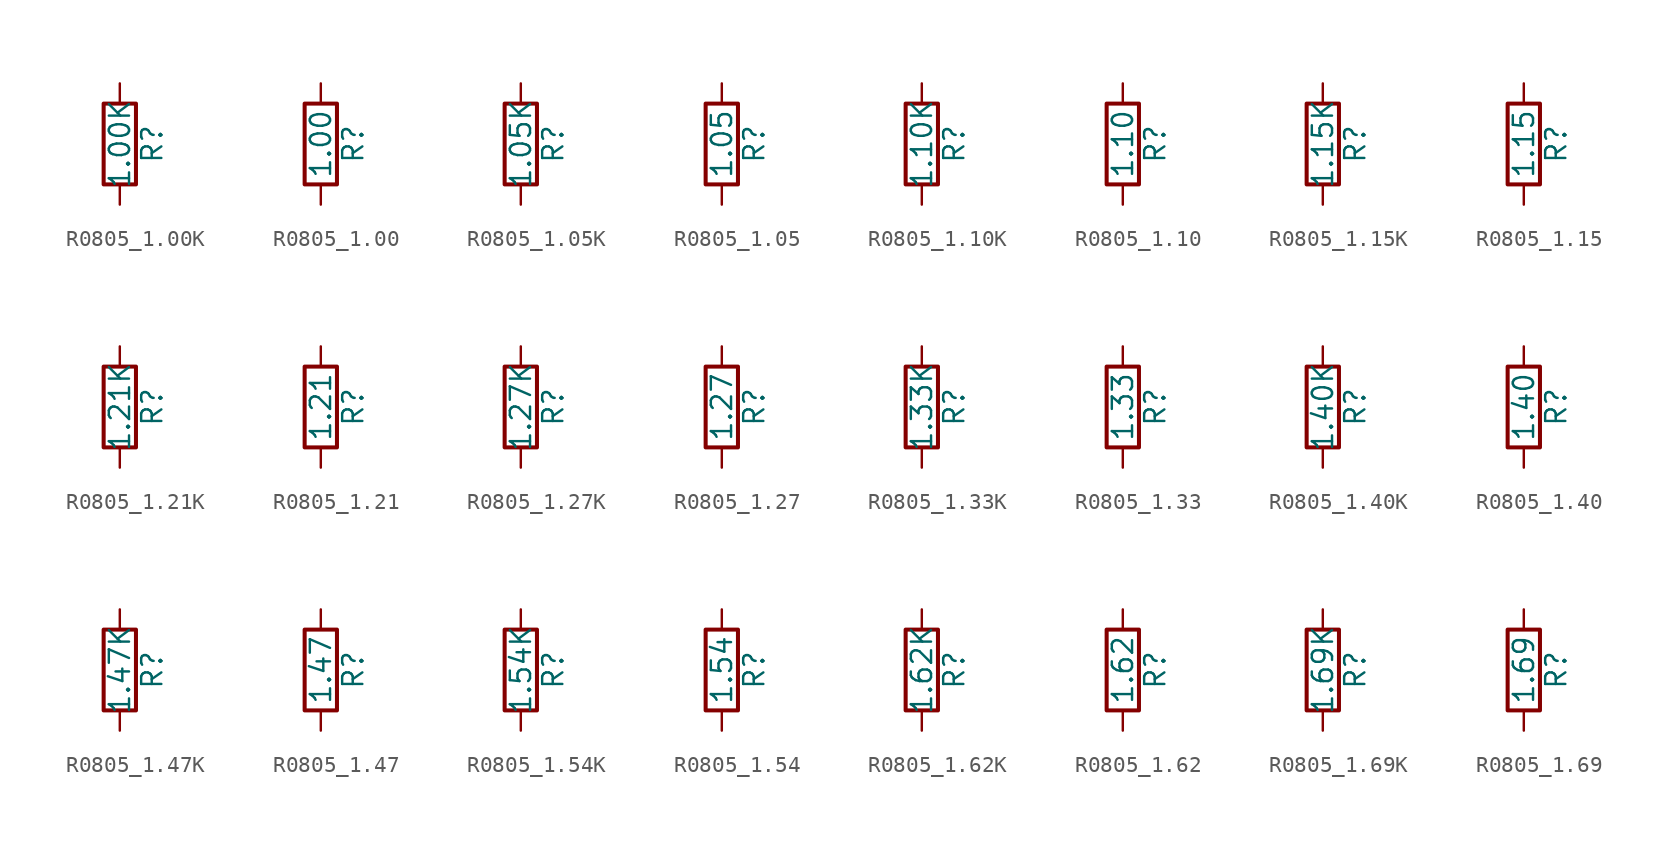
<source format=kicad_sym>
(kicad_symbol_lib
  (version 20211014)
  (generator atlantix-eda)
  (symbol "R0805_1.00K"
    (pin_numbers hide)
    (pin_names
      (offset 0))
    (property "Reference" "R"
      (at 2.032 0 90)
      (effects (font (size 1.27 1.27))))
    (property "Value" "1.00K"
      (at 0 0 90)
      (effects (font (size 1.27 1.27))))
    (symbol "R0805_1.00K_0_1"
      (rectangle (start -1.016 -2.54) (end 1.016 2.54) (stroke (width 0.254) (type default) (color 0 0 0 0)) (fill (type none))))
    (symbol "R0805_1.00K_1_1"
      (pin passive line (at 0 3.81 270) (length 1.27) (name "~" (effects (font (size 1.27 1.27)))) (number "1" (effects (font (size 1.27 1.27)))))
      (pin passive line (at 0 -3.81 90) (length 1.27) (name "~" (effects (font (size 1.27 1.27)))) (number "2" (effects (font (size 1.27 1.27)))))))
  (symbol "R0805_1.00"
    (pin_numbers hide)
    (pin_names
      (offset 0))
    (property "Reference" "R"
      (at 2.032 0 90)
      (effects (font (size 1.27 1.27))))
    (property "Value" "1.00"
      (at 0 0 90)
      (effects (font (size 1.27 1.27))))
    (symbol "R0805_1.00_0_1"
      (rectangle (start -1.016 -2.54) (end 1.016 2.54) (stroke (width 0.254) (type default) (color 0 0 0 0)) (fill (type none))))
    (symbol "R0805_1.00_1_1"
      (pin passive line (at 0 3.81 270) (length 1.27) (name "~" (effects (font (size 1.27 1.27)))) (number "1" (effects (font (size 1.27 1.27)))))
      (pin passive line (at 0 -3.81 90) (length 1.27) (name "~" (effects (font (size 1.27 1.27)))) (number "2" (effects (font (size 1.27 1.27)))))))
  (symbol "R0805_1.05K"
    (pin_numbers hide)
    (pin_names
      (offset 0))
    (property "Reference" "R"
      (at 2.032 0 90)
      (effects (font (size 1.27 1.27))))
    (property "Value" "1.05K"
      (at 0 0 90)
      (effects (font (size 1.27 1.27))))
    (symbol "R0805_1.05K_0_1"
      (rectangle (start -1.016 -2.54) (end 1.016 2.54) (stroke (width 0.254) (type default) (color 0 0 0 0)) (fill (type none))))
    (symbol "R0805_1.05K_1_1"
      (pin passive line (at 0 3.81 270) (length 1.27) (name "~" (effects (font (size 1.27 1.27)))) (number "1" (effects (font (size 1.27 1.27)))))
      (pin passive line (at 0 -3.81 90) (length 1.27) (name "~" (effects (font (size 1.27 1.27)))) (number "2" (effects (font (size 1.27 1.27)))))))
  (symbol "R0805_1.05"
    (pin_numbers hide)
    (pin_names
      (offset 0))
    (property "Reference" "R"
      (at 2.032 0 90)
      (effects (font (size 1.27 1.27))))
    (property "Value" "1.05"
      (at 0 0 90)
      (effects (font (size 1.27 1.27))))
    (symbol "R0805_1.05_0_1"
      (rectangle (start -1.016 -2.54) (end 1.016 2.54) (stroke (width 0.254) (type default) (color 0 0 0 0)) (fill (type none))))
    (symbol "R0805_1.05_1_1"
      (pin passive line (at 0 3.81 270) (length 1.27) (name "~" (effects (font (size 1.27 1.27)))) (number "1" (effects (font (size 1.27 1.27)))))
      (pin passive line (at 0 -3.81 90) (length 1.27) (name "~" (effects (font (size 1.27 1.27)))) (number "2" (effects (font (size 1.27 1.27)))))))
  (symbol "R0805_1.10K"
    (pin_numbers hide)
    (pin_names
      (offset 0))
    (property "Reference" "R"
      (at 2.032 0 90)
      (effects (font (size 1.27 1.27))))
    (property "Value" "1.10K"
      (at 0 0 90)
      (effects (font (size 1.27 1.27))))
    (symbol "R0805_1.10K_0_1"
      (rectangle (start -1.016 -2.54) (end 1.016 2.54) (stroke (width 0.254) (type default) (color 0 0 0 0)) (fill (type none))))
    (symbol "R0805_1.10K_1_1"
      (pin passive line (at 0 3.81 270) (length 1.27) (name "~" (effects (font (size 1.27 1.27)))) (number "1" (effects (font (size 1.27 1.27)))))
      (pin passive line (at 0 -3.81 90) (length 1.27) (name "~" (effects (font (size 1.27 1.27)))) (number "2" (effects (font (size 1.27 1.27)))))))
  (symbol "R0805_1.10"
    (pin_numbers hide)
    (pin_names
      (offset 0))
    (property "Reference" "R"
      (at 2.032 0 90)
      (effects (font (size 1.27 1.27))))
    (property "Value" "1.10"
      (at 0 0 90)
      (effects (font (size 1.27 1.27))))
    (symbol "R0805_1.10_0_1"
      (rectangle (start -1.016 -2.54) (end 1.016 2.54) (stroke (width 0.254) (type default) (color 0 0 0 0)) (fill (type none))))
    (symbol "R0805_1.10_1_1"
      (pin passive line (at 0 3.81 270) (length 1.27) (name "~" (effects (font (size 1.27 1.27)))) (number "1" (effects (font (size 1.27 1.27)))))
      (pin passive line (at 0 -3.81 90) (length 1.27) (name "~" (effects (font (size 1.27 1.27)))) (number "2" (effects (font (size 1.27 1.27)))))))
  (symbol "R0805_1.15K"
    (pin_numbers hide)
    (pin_names
      (offset 0))
    (property "Reference" "R"
      (at 2.032 0 90)
      (effects (font (size 1.27 1.27))))
    (property "Value" "1.15K"
      (at 0 0 90)
      (effects (font (size 1.27 1.27))))
    (symbol "R0805_1.15K_0_1"
      (rectangle (start -1.016 -2.54) (end 1.016 2.54) (stroke (width 0.254) (type default) (color 0 0 0 0)) (fill (type none))))
    (symbol "R0805_1.15K_1_1"
      (pin passive line (at 0 3.81 270) (length 1.27) (name "~" (effects (font (size 1.27 1.27)))) (number "1" (effects (font (size 1.27 1.27)))))
      (pin passive line (at 0 -3.81 90) (length 1.27) (name "~" (effects (font (size 1.27 1.27)))) (number "2" (effects (font (size 1.27 1.27)))))))
  (symbol "R0805_1.15"
    (pin_numbers hide)
    (pin_names
      (offset 0))
    (property "Reference" "R"
      (at 2.032 0 90)
      (effects (font (size 1.27 1.27))))
    (property "Value" "1.15"
      (at 0 0 90)
      (effects (font (size 1.27 1.27))))
    (symbol "R0805_1.15_0_1"
      (rectangle (start -1.016 -2.54) (end 1.016 2.54) (stroke (width 0.254) (type default) (color 0 0 0 0)) (fill (type none))))
    (symbol "R0805_1.15_1_1"
      (pin passive line (at 0 3.81 270) (length 1.27) (name "~" (effects (font (size 1.27 1.27)))) (number "1" (effects (font (size 1.27 1.27)))))
      (pin passive line (at 0 -3.81 90) (length 1.27) (name "~" (effects (font (size 1.27 1.27)))) (number "2" (effects (font (size 1.27 1.27)))))))
  (symbol "R0805_1.21K"
    (pin_numbers hide)
    (pin_names
      (offset 0))
    (property "Reference" "R"
      (at 2.032 0 90)
      (effects (font (size 1.27 1.27))))
    (property "Value" "1.21K"
      (at 0 0 90)
      (effects (font (size 1.27 1.27))))
    (symbol "R0805_1.21K_0_1"
      (rectangle (start -1.016 -2.54) (end 1.016 2.54) (stroke (width 0.254) (type default) (color 0 0 0 0)) (fill (type none))))
    (symbol "R0805_1.21K_1_1"
      (pin passive line (at 0 3.81 270) (length 1.27) (name "~" (effects (font (size 1.27 1.27)))) (number "1" (effects (font (size 1.27 1.27)))))
      (pin passive line (at 0 -3.81 90) (length 1.27) (name "~" (effects (font (size 1.27 1.27)))) (number "2" (effects (font (size 1.27 1.27)))))))
  (symbol "R0805_1.21"
    (pin_numbers hide)
    (pin_names
      (offset 0))
    (property "Reference" "R"
      (at 2.032 0 90)
      (effects (font (size 1.27 1.27))))
    (property "Value" "1.21"
      (at 0 0 90)
      (effects (font (size 1.27 1.27))))
    (symbol "R0805_1.21_0_1"
      (rectangle (start -1.016 -2.54) (end 1.016 2.54) (stroke (width 0.254) (type default) (color 0 0 0 0)) (fill (type none))))
    (symbol "R0805_1.21_1_1"
      (pin passive line (at 0 3.81 270) (length 1.27) (name "~" (effects (font (size 1.27 1.27)))) (number "1" (effects (font (size 1.27 1.27)))))
      (pin passive line (at 0 -3.81 90) (length 1.27) (name "~" (effects (font (size 1.27 1.27)))) (number "2" (effects (font (size 1.27 1.27)))))))
  (symbol "R0805_1.27K"
    (pin_numbers hide)
    (pin_names
      (offset 0))
    (property "Reference" "R"
      (at 2.032 0 90)
      (effects (font (size 1.27 1.27))))
    (property "Value" "1.27K"
      (at 0 0 90)
      (effects (font (size 1.27 1.27))))
    (symbol "R0805_1.27K_0_1"
      (rectangle (start -1.016 -2.54) (end 1.016 2.54) (stroke (width 0.254) (type default) (color 0 0 0 0)) (fill (type none))))
    (symbol "R0805_1.27K_1_1"
      (pin passive line (at 0 3.81 270) (length 1.27) (name "~" (effects (font (size 1.27 1.27)))) (number "1" (effects (font (size 1.27 1.27)))))
      (pin passive line (at 0 -3.81 90) (length 1.27) (name "~" (effects (font (size 1.27 1.27)))) (number "2" (effects (font (size 1.27 1.27)))))))
  (symbol "R0805_1.27"
    (pin_numbers hide)
    (pin_names
      (offset 0))
    (property "Reference" "R"
      (at 2.032 0 90)
      (effects (font (size 1.27 1.27))))
    (property "Value" "1.27"
      (at 0 0 90)
      (effects (font (size 1.27 1.27))))
    (symbol "R0805_1.27_0_1"
      (rectangle (start -1.016 -2.54) (end 1.016 2.54) (stroke (width 0.254) (type default) (color 0 0 0 0)) (fill (type none))))
    (symbol "R0805_1.27_1_1"
      (pin passive line (at 0 3.81 270) (length 1.27) (name "~" (effects (font (size 1.27 1.27)))) (number "1" (effects (font (size 1.27 1.27)))))
      (pin passive line (at 0 -3.81 90) (length 1.27) (name "~" (effects (font (size 1.27 1.27)))) (number "2" (effects (font (size 1.27 1.27)))))))
  (symbol "R0805_1.33K"
    (pin_numbers hide)
    (pin_names
      (offset 0))
    (property "Reference" "R"
      (at 2.032 0 90)
      (effects (font (size 1.27 1.27))))
    (property "Value" "1.33K"
      (at 0 0 90)
      (effects (font (size 1.27 1.27))))
    (symbol "R0805_1.33K_0_1"
      (rectangle (start -1.016 -2.54) (end 1.016 2.54) (stroke (width 0.254) (type default) (color 0 0 0 0)) (fill (type none))))
    (symbol "R0805_1.33K_1_1"
      (pin passive line (at 0 3.81 270) (length 1.27) (name "~" (effects (font (size 1.27 1.27)))) (number "1" (effects (font (size 1.27 1.27)))))
      (pin passive line (at 0 -3.81 90) (length 1.27) (name "~" (effects (font (size 1.27 1.27)))) (number "2" (effects (font (size 1.27 1.27)))))))
  (symbol "R0805_1.33"
    (pin_numbers hide)
    (pin_names
      (offset 0))
    (property "Reference" "R"
      (at 2.032 0 90)
      (effects (font (size 1.27 1.27))))
    (property "Value" "1.33"
      (at 0 0 90)
      (effects (font (size 1.27 1.27))))
    (symbol "R0805_1.33_0_1"
      (rectangle (start -1.016 -2.54) (end 1.016 2.54) (stroke (width 0.254) (type default) (color 0 0 0 0)) (fill (type none))))
    (symbol "R0805_1.33_1_1"
      (pin passive line (at 0 3.81 270) (length 1.27) (name "~" (effects (font (size 1.27 1.27)))) (number "1" (effects (font (size 1.27 1.27)))))
      (pin passive line (at 0 -3.81 90) (length 1.27) (name "~" (effects (font (size 1.27 1.27)))) (number "2" (effects (font (size 1.27 1.27)))))))
  (symbol "R0805_1.40K"
    (pin_numbers hide)
    (pin_names
      (offset 0))
    (property "Reference" "R"
      (at 2.032 0 90)
      (effects (font (size 1.27 1.27))))
    (property "Value" "1.40K"
      (at 0 0 90)
      (effects (font (size 1.27 1.27))))
    (symbol "R0805_1.40K_0_1"
      (rectangle (start -1.016 -2.54) (end 1.016 2.54) (stroke (width 0.254) (type default) (color 0 0 0 0)) (fill (type none))))
    (symbol "R0805_1.40K_1_1"
      (pin passive line (at 0 3.81 270) (length 1.27) (name "~" (effects (font (size 1.27 1.27)))) (number "1" (effects (font (size 1.27 1.27)))))
      (pin passive line (at 0 -3.81 90) (length 1.27) (name "~" (effects (font (size 1.27 1.27)))) (number "2" (effects (font (size 1.27 1.27)))))))
  (symbol "R0805_1.40"
    (pin_numbers hide)
    (pin_names
      (offset 0))
    (property "Reference" "R"
      (at 2.032 0 90)
      (effects (font (size 1.27 1.27))))
    (property "Value" "1.40"
      (at 0 0 90)
      (effects (font (size 1.27 1.27))))
    (symbol "R0805_1.40_0_1"
      (rectangle (start -1.016 -2.54) (end 1.016 2.54) (stroke (width 0.254) (type default) (color 0 0 0 0)) (fill (type none))))
    (symbol "R0805_1.40_1_1"
      (pin passive line (at 0 3.81 270) (length 1.27) (name "~" (effects (font (size 1.27 1.27)))) (number "1" (effects (font (size 1.27 1.27)))))
      (pin passive line (at 0 -3.81 90) (length 1.27) (name "~" (effects (font (size 1.27 1.27)))) (number "2" (effects (font (size 1.27 1.27)))))))
  (symbol "R0805_1.47K"
    (pin_numbers hide)
    (pin_names
      (offset 0))
    (property "Reference" "R"
      (at 2.032 0 90)
      (effects (font (size 1.27 1.27))))
    (property "Value" "1.47K"
      (at 0 0 90)
      (effects (font (size 1.27 1.27))))
    (symbol "R0805_1.47K_0_1"
      (rectangle (start -1.016 -2.54) (end 1.016 2.54) (stroke (width 0.254) (type default) (color 0 0 0 0)) (fill (type none))))
    (symbol "R0805_1.47K_1_1"
      (pin passive line (at 0 3.81 270) (length 1.27) (name "~" (effects (font (size 1.27 1.27)))) (number "1" (effects (font (size 1.27 1.27)))))
      (pin passive line (at 0 -3.81 90) (length 1.27) (name "~" (effects (font (size 1.27 1.27)))) (number "2" (effects (font (size 1.27 1.27)))))))
  (symbol "R0805_1.47"
    (pin_numbers hide)
    (pin_names
      (offset 0))
    (property "Reference" "R"
      (at 2.032 0 90)
      (effects (font (size 1.27 1.27))))
    (property "Value" "1.47"
      (at 0 0 90)
      (effects (font (size 1.27 1.27))))
    (symbol "R0805_1.47_0_1"
      (rectangle (start -1.016 -2.54) (end 1.016 2.54) (stroke (width 0.254) (type default) (color 0 0 0 0)) (fill (type none))))
    (symbol "R0805_1.47_1_1"
      (pin passive line (at 0 3.81 270) (length 1.27) (name "~" (effects (font (size 1.27 1.27)))) (number "1" (effects (font (size 1.27 1.27)))))
      (pin passive line (at 0 -3.81 90) (length 1.27) (name "~" (effects (font (size 1.27 1.27)))) (number "2" (effects (font (size 1.27 1.27)))))))
  (symbol "R0805_1.54K"
    (pin_numbers hide)
    (pin_names
      (offset 0))
    (property "Reference" "R"
      (at 2.032 0 90)
      (effects (font (size 1.27 1.27))))
    (property "Value" "1.54K"
      (at 0 0 90)
      (effects (font (size 1.27 1.27))))
    (symbol "R0805_1.54K_0_1"
      (rectangle (start -1.016 -2.54) (end 1.016 2.54) (stroke (width 0.254) (type default) (color 0 0 0 0)) (fill (type none))))
    (symbol "R0805_1.54K_1_1"
      (pin passive line (at 0 3.81 270) (length 1.27) (name "~" (effects (font (size 1.27 1.27)))) (number "1" (effects (font (size 1.27 1.27)))))
      (pin passive line (at 0 -3.81 90) (length 1.27) (name "~" (effects (font (size 1.27 1.27)))) (number "2" (effects (font (size 1.27 1.27)))))))
  (symbol "R0805_1.54"
    (pin_numbers hide)
    (pin_names
      (offset 0))
    (property "Reference" "R"
      (at 2.032 0 90)
      (effects (font (size 1.27 1.27))))
    (property "Value" "1.54"
      (at 0 0 90)
      (effects (font (size 1.27 1.27))))
    (symbol "R0805_1.54_0_1"
      (rectangle (start -1.016 -2.54) (end 1.016 2.54) (stroke (width 0.254) (type default) (color 0 0 0 0)) (fill (type none))))
    (symbol "R0805_1.54_1_1"
      (pin passive line (at 0 3.81 270) (length 1.27) (name "~" (effects (font (size 1.27 1.27)))) (number "1" (effects (font (size 1.27 1.27)))))
      (pin passive line (at 0 -3.81 90) (length 1.27) (name "~" (effects (font (size 1.27 1.27)))) (number "2" (effects (font (size 1.27 1.27)))))))
  (symbol "R0805_1.62K"
    (pin_numbers hide)
    (pin_names
      (offset 0))
    (property "Reference" "R"
      (at 2.032 0 90)
      (effects (font (size 1.27 1.27))))
    (property "Value" "1.62K"
      (at 0 0 90)
      (effects (font (size 1.27 1.27))))
    (symbol "R0805_1.62K_0_1"
      (rectangle (start -1.016 -2.54) (end 1.016 2.54) (stroke (width 0.254) (type default) (color 0 0 0 0)) (fill (type none))))
    (symbol "R0805_1.62K_1_1"
      (pin passive line (at 0 3.81 270) (length 1.27) (name "~" (effects (font (size 1.27 1.27)))) (number "1" (effects (font (size 1.27 1.27)))))
      (pin passive line (at 0 -3.81 90) (length 1.27) (name "~" (effects (font (size 1.27 1.27)))) (number "2" (effects (font (size 1.27 1.27)))))))
  (symbol "R0805_1.62"
    (pin_numbers hide)
    (pin_names
      (offset 0))
    (property "Reference" "R"
      (at 2.032 0 90)
      (effects (font (size 1.27 1.27))))
    (property "Value" "1.62"
      (at 0 0 90)
      (effects (font (size 1.27 1.27))))
    (symbol "R0805_1.62_0_1"
      (rectangle (start -1.016 -2.54) (end 1.016 2.54) (stroke (width 0.254) (type default) (color 0 0 0 0)) (fill (type none))))
    (symbol "R0805_1.62_1_1"
      (pin passive line (at 0 3.81 270) (length 1.27) (name "~" (effects (font (size 1.27 1.27)))) (number "1" (effects (font (size 1.27 1.27)))))
      (pin passive line (at 0 -3.81 90) (length 1.27) (name "~" (effects (font (size 1.27 1.27)))) (number "2" (effects (font (size 1.27 1.27)))))))
  (symbol "R0805_1.69K"
    (pin_numbers hide)
    (pin_names
      (offset 0))
    (property "Reference" "R"
      (at 2.032 0 90)
      (effects (font (size 1.27 1.27))))
    (property "Value" "1.69K"
      (at 0 0 90)
      (effects (font (size 1.27 1.27))))
    (symbol "R0805_1.69K_0_1"
      (rectangle (start -1.016 -2.54) (end 1.016 2.54) (stroke (width 0.254) (type default) (color 0 0 0 0)) (fill (type none))))
    (symbol "R0805_1.69K_1_1"
      (pin passive line (at 0 3.81 270) (length 1.27) (name "~" (effects (font (size 1.27 1.27)))) (number "1" (effects (font (size 1.27 1.27)))))
      (pin passive line (at 0 -3.81 90) (length 1.27) (name "~" (effects (font (size 1.27 1.27)))) (number "2" (effects (font (size 1.27 1.27)))))))
  (symbol "R0805_1.69"
    (pin_numbers hide)
    (pin_names
      (offset 0))
    (property "Reference" "R"
      (at 2.032 0 90)
      (effects (font (size 1.27 1.27))))
    (property "Value" "1.69"
      (at 0 0 90)
      (effects (font (size 1.27 1.27))))
    (symbol "R0805_1.69_0_1"
      (rectangle (start -1.016 -2.54) (end 1.016 2.54) (stroke (width 0.254) (type default) (color 0 0 0 0)) (fill (type none))))
    (symbol "R0805_1.69_1_1"
      (pin passive line (at 0 3.81 270) (length 1.27) (name "~" (effects (font (size 1.27 1.27)))) (number "1" (effects (font (size 1.27 1.27)))))
      (pin passive line (at 0 -3.81 90) (length 1.27) (name "~" (effects (font (size 1.27 1.27)))) (number "2" (effects (font (size 1.27 1.27))))))))
</source>
